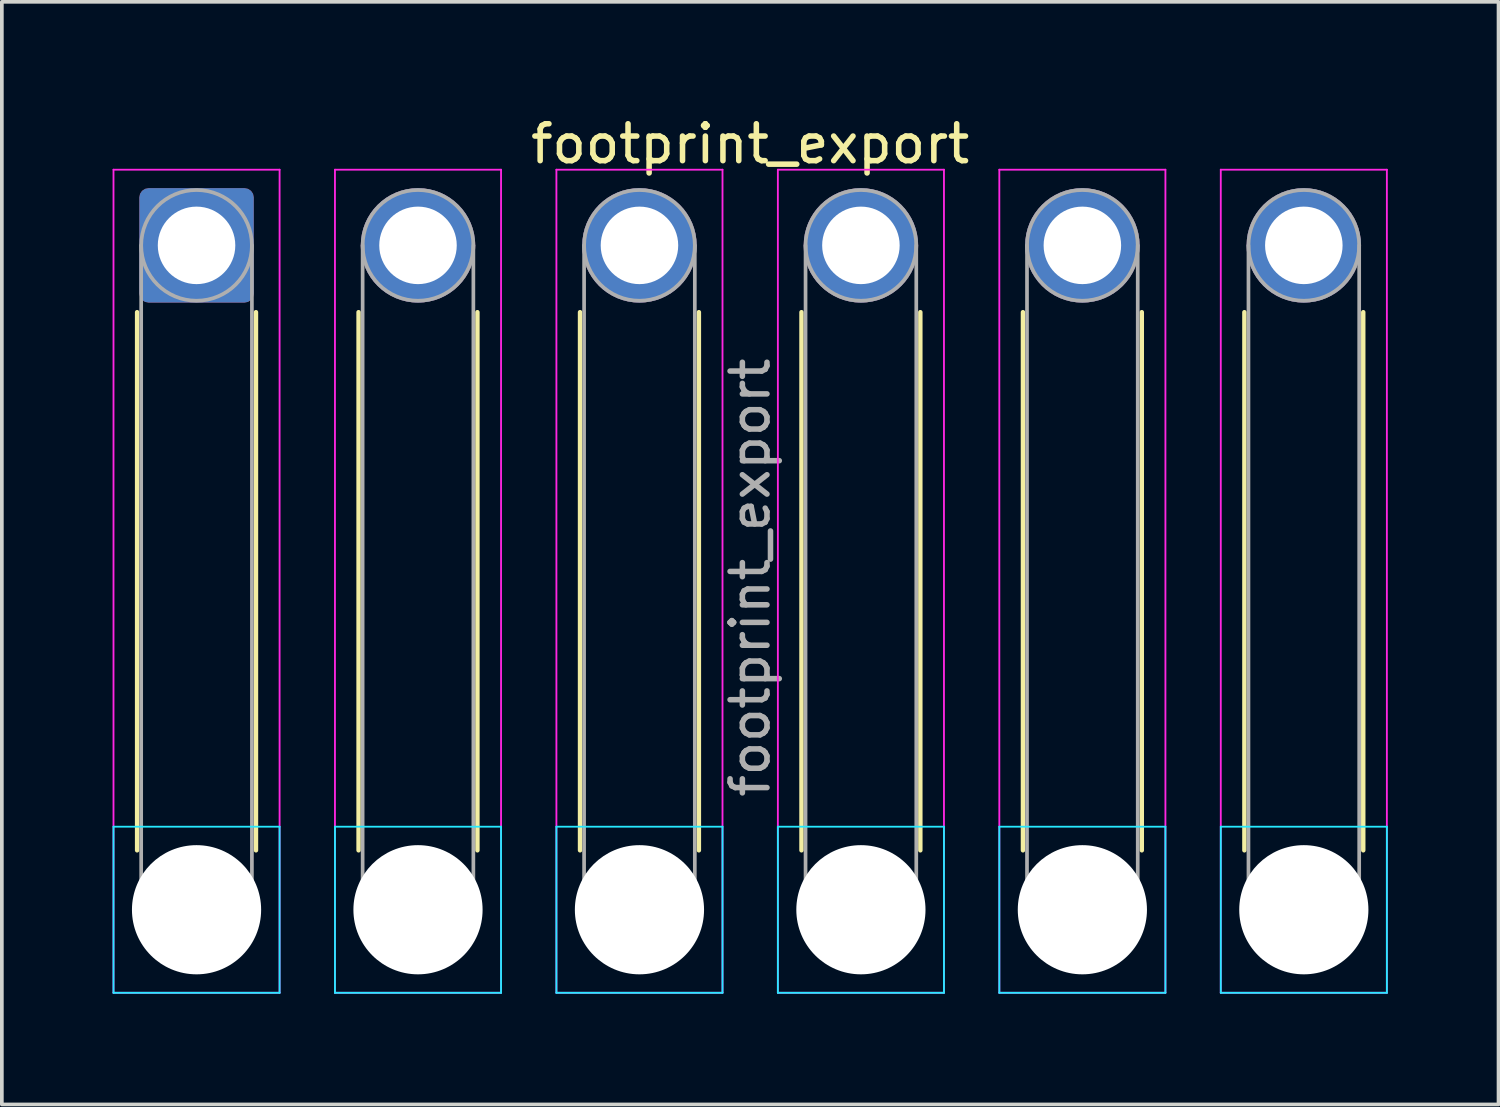
<source format=kicad_pcb>
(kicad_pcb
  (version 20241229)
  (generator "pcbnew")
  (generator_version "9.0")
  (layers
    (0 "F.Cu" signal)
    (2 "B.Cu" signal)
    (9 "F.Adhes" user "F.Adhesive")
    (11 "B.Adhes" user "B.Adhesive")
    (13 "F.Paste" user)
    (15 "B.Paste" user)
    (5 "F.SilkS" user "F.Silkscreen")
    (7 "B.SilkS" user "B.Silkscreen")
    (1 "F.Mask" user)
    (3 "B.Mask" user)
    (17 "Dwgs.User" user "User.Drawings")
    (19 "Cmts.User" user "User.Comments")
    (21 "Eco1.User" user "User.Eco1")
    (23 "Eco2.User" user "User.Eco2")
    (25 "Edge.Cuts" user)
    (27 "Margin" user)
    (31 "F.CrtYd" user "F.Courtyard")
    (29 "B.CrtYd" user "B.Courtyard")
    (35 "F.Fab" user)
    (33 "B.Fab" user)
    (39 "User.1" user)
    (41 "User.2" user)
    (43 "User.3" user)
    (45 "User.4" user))
  (footprint "footprint_export"
    (layer "F.Cu")
    (at 2.275 3.598)
    (property "Reference" "footprint_export" (at 15 -2.75 0) (layer "F.SilkS") (effects (font (size 1 1) (thickness 0.15))))
    (attr exclude_from_pos_files exclude_from_bom)
    (fp_line (start -1.61 1.81) (end -1.61 16.39) (stroke (width 0.12) (type solid)) (layer "F.SilkS"))
    (fp_line (start 1.61 1.81) (end 1.61 16.39) (stroke (width 0.12) (type solid)) (layer "F.SilkS"))
    (fp_line (start 4.39 1.81) (end 4.39 16.39) (stroke (width 0.12) (type solid)) (layer "F.SilkS"))
    (fp_line (start 7.61 1.81) (end 7.61 16.39) (stroke (width 0.12) (type solid)) (layer "F.SilkS"))
    (fp_line (start 10.39 1.81) (end 10.39 16.39) (stroke (width 0.12) (type solid)) (layer "F.SilkS"))
    (fp_line (start 13.61 1.81) (end 13.61 16.39) (stroke (width 0.12) (type solid)) (layer "F.SilkS"))
    (fp_line (start 16.39 1.81) (end 16.39 16.39) (stroke (width 0.12) (type solid)) (layer "F.SilkS"))
    (fp_line (start 19.61 1.81) (end 19.61 16.39) (stroke (width 0.12) (type solid)) (layer "F.SilkS"))
    (fp_line (start 22.39 1.81) (end 22.39 16.39) (stroke (width 0.12) (type solid)) (layer "F.SilkS"))
    (fp_line (start 25.61 1.81) (end 25.61 16.39) (stroke (width 0.12) (type solid)) (layer "F.SilkS"))
    (fp_line (start 28.39 1.81) (end 28.39 16.39) (stroke (width 0.12) (type solid)) (layer "F.SilkS"))
    (fp_line (start 31.61 1.81) (end 31.61 16.39) (stroke (width 0.12) (type solid)) (layer "F.SilkS"))
    (fp_line (start -2.25 15.75) (end -2.25 20.25) (stroke (width 0.05) (type solid)) (layer "B.CrtYd"))
    (fp_line (start -2.25 20.25) (end 2.25 20.25) (stroke (width 0.05) (type solid)) (layer "B.CrtYd"))
    (fp_line (start 2.25 15.75) (end -2.25 15.75) (stroke (width 0.05) (type solid)) (layer "B.CrtYd"))
    (fp_line (start 2.25 20.25) (end 2.25 15.75) (stroke (width 0.05) (type solid)) (layer "B.CrtYd"))
    (fp_line (start 3.75 15.75) (end 3.75 20.25) (stroke (width 0.05) (type solid)) (layer "B.CrtYd"))
    (fp_line (start 3.75 20.25) (end 8.25 20.25) (stroke (width 0.05) (type solid)) (layer "B.CrtYd"))
    (fp_line (start 8.25 15.75) (end 3.75 15.75) (stroke (width 0.05) (type solid)) (layer "B.CrtYd"))
    (fp_line (start 8.25 20.25) (end 8.25 15.75) (stroke (width 0.05) (type solid)) (layer "B.CrtYd"))
    (fp_line (start 9.75 15.75) (end 9.75 20.25) (stroke (width 0.05) (type solid)) (layer "B.CrtYd"))
    (fp_line (start 9.75 20.25) (end 14.25 20.25) (stroke (width 0.05) (type solid)) (layer "B.CrtYd"))
    (fp_line (start 14.25 15.75) (end 9.75 15.75) (stroke (width 0.05) (type solid)) (layer "B.CrtYd"))
    (fp_line (start 14.25 20.25) (end 14.25 15.75) (stroke (width 0.05) (type solid)) (layer "B.CrtYd"))
    (fp_line (start 15.75 15.75) (end 15.75 20.25) (stroke (width 0.05) (type solid)) (layer "B.CrtYd"))
    (fp_line (start 15.75 20.25) (end 20.25 20.25) (stroke (width 0.05) (type solid)) (layer "B.CrtYd"))
    (fp_line (start 20.25 15.75) (end 15.75 15.75) (stroke (width 0.05) (type solid)) (layer "B.CrtYd"))
    (fp_line (start 20.25 20.25) (end 20.25 15.75) (stroke (width 0.05) (type solid)) (layer "B.CrtYd"))
    (fp_line (start 21.75 15.75) (end 21.75 20.25) (stroke (width 0.05) (type solid)) (layer "B.CrtYd"))
    (fp_line (start 21.75 20.25) (end 26.25 20.25) (stroke (width 0.05) (type solid)) (layer "B.CrtYd"))
    (fp_line (start 26.25 15.75) (end 21.75 15.75) (stroke (width 0.05) (type solid)) (layer "B.CrtYd"))
    (fp_line (start 26.25 20.25) (end 26.25 15.75) (stroke (width 0.05) (type solid)) (layer "B.CrtYd"))
    (fp_line (start 27.75 15.75) (end 27.75 20.25) (stroke (width 0.05) (type solid)) (layer "B.CrtYd"))
    (fp_line (start 27.75 20.25) (end 32.25 20.25) (stroke (width 0.05) (type solid)) (layer "B.CrtYd"))
    (fp_line (start 32.25 15.75) (end 27.75 15.75) (stroke (width 0.05) (type solid)) (layer "B.CrtYd"))
    (fp_line (start 32.25 20.25) (end 32.25 15.75) (stroke (width 0.05) (type solid)) (layer "B.CrtYd"))
    (fp_line (start -2.25 -2.05) (end -2.25 20.25) (stroke (width 0.05) (type solid)) (layer "F.CrtYd"))
    (fp_line (start -2.25 20.25) (end 2.25 20.25) (stroke (width 0.05) (type solid)) (layer "F.CrtYd"))
    (fp_line (start 2.25 -2.05) (end -2.25 -2.05) (stroke (width 0.05) (type solid)) (layer "F.CrtYd"))
    (fp_line (start 2.25 20.25) (end 2.25 -2.05) (stroke (width 0.05) (type solid)) (layer "F.CrtYd"))
    (fp_line (start 3.75 -2.05) (end 3.75 20.25) (stroke (width 0.05) (type solid)) (layer "F.CrtYd"))
    (fp_line (start 3.75 20.25) (end 8.25 20.25) (stroke (width 0.05) (type solid)) (layer "F.CrtYd"))
    (fp_line (start 8.25 -2.05) (end 3.75 -2.05) (stroke (width 0.05) (type solid)) (layer "F.CrtYd"))
    (fp_line (start 8.25 20.25) (end 8.25 -2.05) (stroke (width 0.05) (type solid)) (layer "F.CrtYd"))
    (fp_line (start 9.75 -2.05) (end 9.75 20.25) (stroke (width 0.05) (type solid)) (layer "F.CrtYd"))
    (fp_line (start 9.75 20.25) (end 14.25 20.25) (stroke (width 0.05) (type solid)) (layer "F.CrtYd"))
    (fp_line (start 14.25 -2.05) (end 9.75 -2.05) (stroke (width 0.05) (type solid)) (layer "F.CrtYd"))
    (fp_line (start 14.25 20.25) (end 14.25 -2.05) (stroke (width 0.05) (type solid)) (layer "F.CrtYd"))
    (fp_line (start 15.75 -2.05) (end 15.75 20.25) (stroke (width 0.05) (type solid)) (layer "F.CrtYd"))
    (fp_line (start 15.75 20.25) (end 20.25 20.25) (stroke (width 0.05) (type solid)) (layer "F.CrtYd"))
    (fp_line (start 20.25 -2.05) (end 15.75 -2.05) (stroke (width 0.05) (type solid)) (layer "F.CrtYd"))
    (fp_line (start 20.25 20.25) (end 20.25 -2.05) (stroke (width 0.05) (type solid)) (layer "F.CrtYd"))
    (fp_line (start 21.75 -2.05) (end 21.75 20.25) (stroke (width 0.05) (type solid)) (layer "F.CrtYd"))
    (fp_line (start 21.75 20.25) (end 26.25 20.25) (stroke (width 0.05) (type solid)) (layer "F.CrtYd"))
    (fp_line (start 26.25 -2.05) (end 21.75 -2.05) (stroke (width 0.05) (type solid)) (layer "F.CrtYd"))
    (fp_line (start 26.25 20.25) (end 26.25 -2.05) (stroke (width 0.05) (type solid)) (layer "F.CrtYd"))
    (fp_line (start 27.75 -2.05) (end 27.75 20.25) (stroke (width 0.05) (type solid)) (layer "F.CrtYd"))
    (fp_line (start 27.75 20.25) (end 32.25 20.25) (stroke (width 0.05) (type solid)) (layer "F.CrtYd"))
    (fp_line (start 32.25 -2.05) (end 27.75 -2.05) (stroke (width 0.05) (type solid)) (layer "F.CrtYd"))
    (fp_line (start 32.25 20.25) (end 32.25 -2.05) (stroke (width 0.05) (type solid)) (layer "F.CrtYd"))
    (fp_line (start -1.5 0) (end -1.5 18) (stroke (width 0.1) (type solid)) (layer "F.Fab"))
    (fp_line (start 1.5 0) (end 1.5 18) (stroke (width 0.1) (type solid)) (layer "F.Fab"))
    (fp_line (start 4.5 0) (end 4.5 18) (stroke (width 0.1) (type solid)) (layer "F.Fab"))
    (fp_line (start 7.5 0) (end 7.5 18) (stroke (width 0.1) (type solid)) (layer "F.Fab"))
    (fp_line (start 10.5 0) (end 10.5 18) (stroke (width 0.1) (type solid)) (layer "F.Fab"))
    (fp_line (start 13.5 0) (end 13.5 18) (stroke (width 0.1) (type solid)) (layer "F.Fab"))
    (fp_line (start 16.5 0) (end 16.5 18) (stroke (width 0.1) (type solid)) (layer "F.Fab"))
    (fp_line (start 19.5 0) (end 19.5 18) (stroke (width 0.1) (type solid)) (layer "F.Fab"))
    (fp_line (start 22.5 0) (end 22.5 18) (stroke (width 0.1) (type solid)) (layer "F.Fab"))
    (fp_line (start 25.5 0) (end 25.5 18) (stroke (width 0.1) (type solid)) (layer "F.Fab"))
    (fp_line (start 28.5 0) (end 28.5 18) (stroke (width 0.1) (type solid)) (layer "F.Fab"))
    (fp_line (start 31.5 0) (end 31.5 18) (stroke (width 0.1) (type solid)) (layer "F.Fab"))
    (fp_circle (center 0 0) (end 1.5 0) (stroke (width 0.1) (type solid)) (fill no) (layer "F.Fab"))
    (fp_circle (center 0 18) (end 1.5 18) (stroke (width 0.1) (type solid)) (fill no) (layer "F.Fab"))
    (fp_circle (center 6 0) (end 7.5 0) (stroke (width 0.1) (type solid)) (fill no) (layer "F.Fab"))
    (fp_circle (center 6 18) (end 7.5 18) (stroke (width 0.1) (type solid)) (fill no) (layer "F.Fab"))
    (fp_circle (center 12 0) (end 13.5 0) (stroke (width 0.1) (type solid)) (fill no) (layer "F.Fab"))
    (fp_circle (center 12 18) (end 13.5 18) (stroke (width 0.1) (type solid)) (fill no) (layer "F.Fab"))
    (fp_circle (center 18 0) (end 19.5 0) (stroke (width 0.1) (type solid)) (fill no) (layer "F.Fab"))
    (fp_circle (center 18 18) (end 19.5 18) (stroke (width 0.1) (type solid)) (fill no) (layer "F.Fab"))
    (fp_circle (center 24 0) (end 25.5 0) (stroke (width 0.1) (type solid)) (fill no) (layer "F.Fab"))
    (fp_circle (center 24 18) (end 25.5 18) (stroke (width 0.1) (type solid)) (fill no) (layer "F.Fab"))
    (fp_circle (center 30 0) (end 31.5 0) (stroke (width 0.1) (type solid)) (fill no) (layer "F.Fab"))
    (fp_circle (center 30 18) (end 31.5 18) (stroke (width 0.1) (type solid)) (fill no) (layer "F.Fab"))
    (fp_text user "${REFERENCE}" (at 15 9 90) (layer "F.Fab") (effects (font (size 1 1) (thickness 0.15))))
    (pad "" np_thru_hole circle (at 0 18) (size 3.5 3.5) (drill 3.5) (layers "*.Cu" "*.Mask"))
    (pad "" np_thru_hole circle (at 6 18) (size 3.5 3.5) (drill 3.5) (layers "*.Cu" "*.Mask"))
    (pad "" np_thru_hole circle (at 12 18) (size 3.5 3.5) (drill 3.5) (layers "*.Cu" "*.Mask"))
    (pad "" np_thru_hole circle (at 18 18) (size 3.5 3.5) (drill 3.5) (layers "*.Cu" "*.Mask"))
    (pad "" np_thru_hole circle (at 24 18) (size 3.5 3.5) (drill 3.5) (layers "*.Cu" "*.Mask"))
    (pad "" np_thru_hole circle (at 30 18) (size 3.5 3.5) (drill 3.5) (layers "*.Cu" "*.Mask"))
    (pad "1" thru_hole roundrect (at 0 0) (size 3.1 3.1) (drill 2.1) (layers "*.Cu" "*.Mask") (roundrect_rratio 0.081))
    (pad "2" thru_hole circle (at 6 0) (size 3.1 3.1) (drill 2.1) (layers "*.Cu" "*.Mask"))
    (pad "3" thru_hole circle (at 12 0) (size 3.1 3.1) (drill 2.1) (layers "*.Cu" "*.Mask"))
    (pad "4" thru_hole circle (at 18 0) (size 3.1 3.1) (drill 2.1) (layers "*.Cu" "*.Mask"))
    (pad "5" thru_hole circle (at 24 0) (size 3.1 3.1) (drill 2.1) (layers "*.Cu" "*.Mask"))
    (pad "6" thru_hole circle (at 30 0) (size 3.1 3.1) (drill 2.1) (layers "*.Cu" "*.Mask")))
  (gr_rect
    (start -3 -3)
    (end 37.55 26.873)
    (stroke (width 0.1) (type default))
    (fill no)
    (layer "Edge.Cuts")))
</source>
